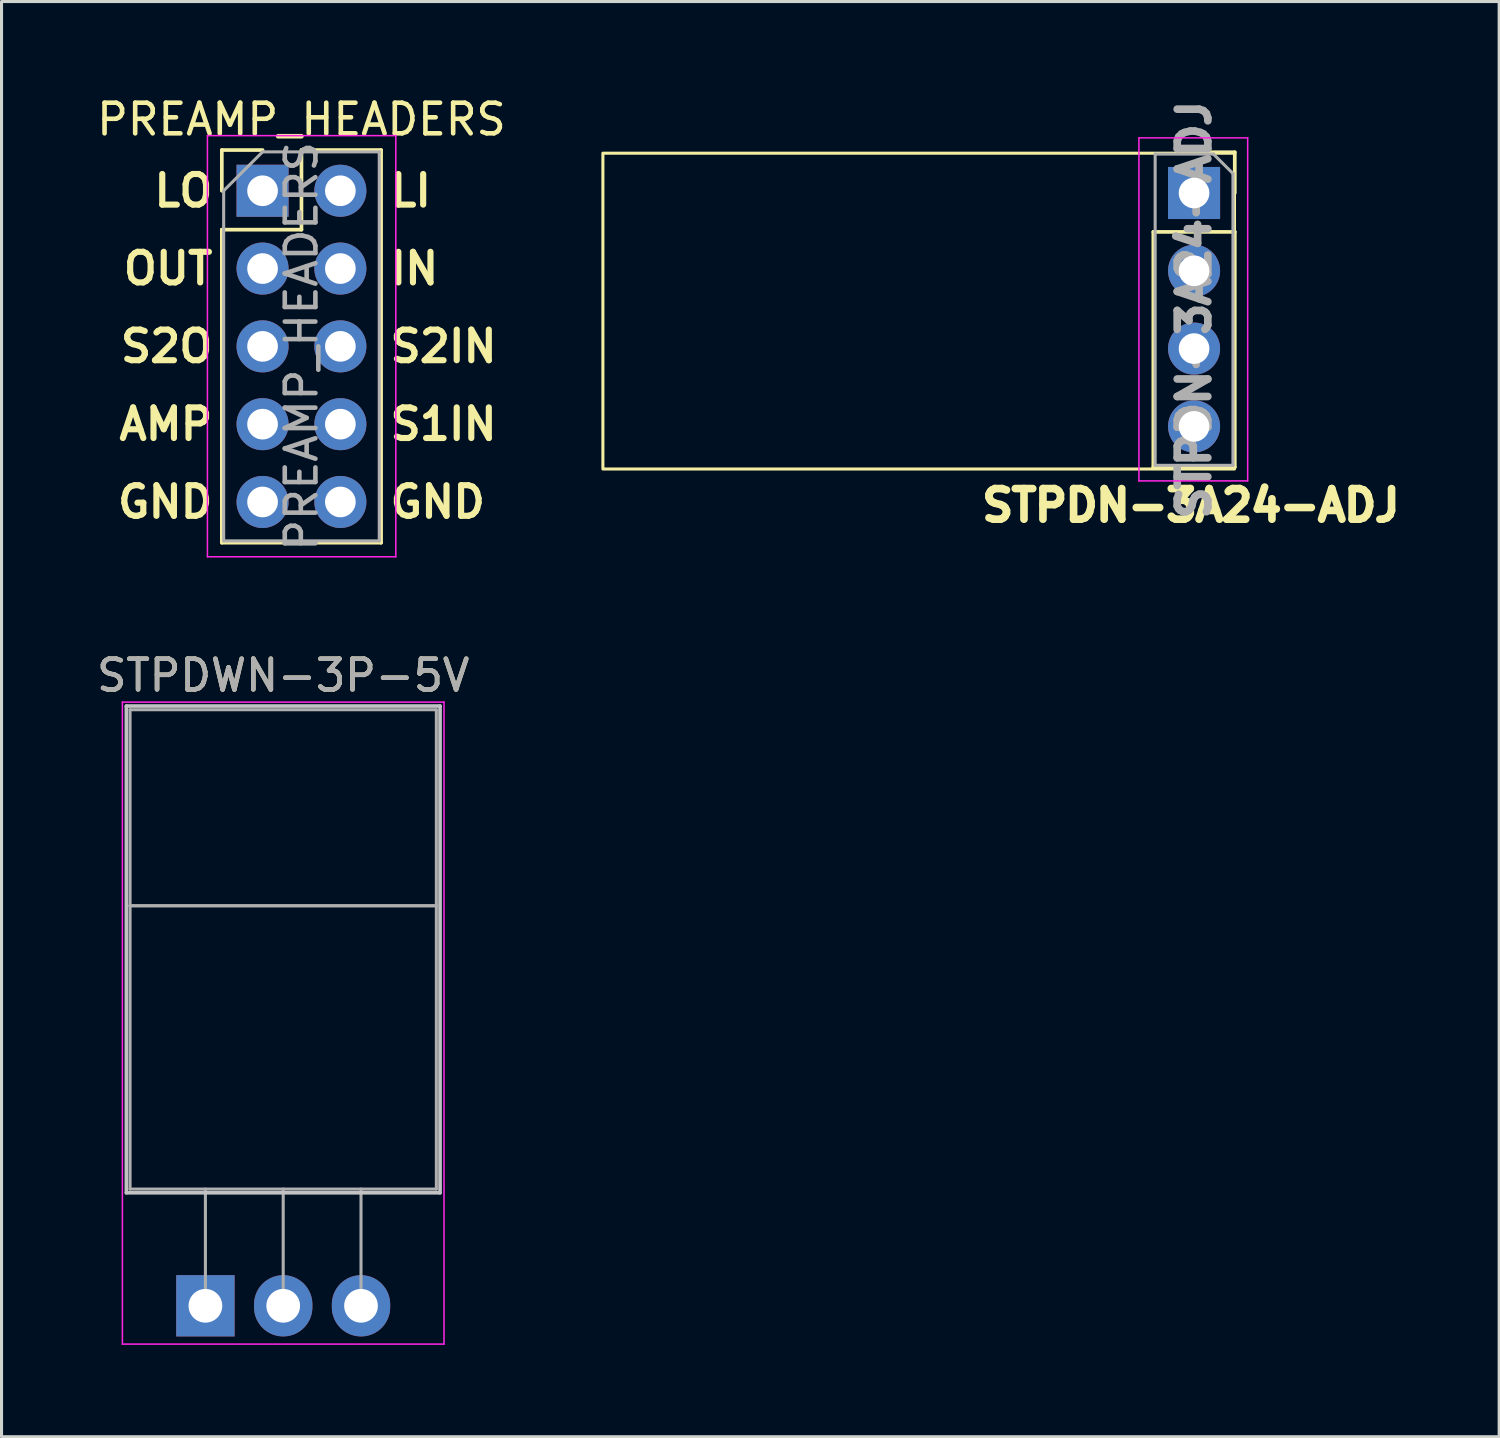
<source format=kicad_pcb>
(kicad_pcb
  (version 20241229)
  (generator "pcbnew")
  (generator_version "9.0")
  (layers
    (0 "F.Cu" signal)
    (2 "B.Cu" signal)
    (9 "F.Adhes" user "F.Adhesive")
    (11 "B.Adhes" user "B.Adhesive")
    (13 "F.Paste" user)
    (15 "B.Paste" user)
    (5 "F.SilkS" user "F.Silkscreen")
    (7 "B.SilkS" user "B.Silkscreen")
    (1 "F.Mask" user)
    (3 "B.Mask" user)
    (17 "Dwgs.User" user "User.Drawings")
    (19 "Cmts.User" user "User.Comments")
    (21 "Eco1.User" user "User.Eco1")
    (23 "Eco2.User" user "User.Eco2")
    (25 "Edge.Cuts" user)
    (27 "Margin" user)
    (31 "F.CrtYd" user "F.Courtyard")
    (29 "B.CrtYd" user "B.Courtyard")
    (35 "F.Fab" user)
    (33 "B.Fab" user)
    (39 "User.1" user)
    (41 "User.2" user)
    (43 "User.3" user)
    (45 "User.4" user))
  (footprint "PREAMP_HEADERS"
    (layer "F.Cu")
    (at 5.522 3.178)
    (property "Reference" "PREAMP_HEADERS" (at 1.27 -2.33 0) (layer "F.SilkS") (effects (font (size 1 1) (thickness 0.15))))
    (attr through_hole)
    (fp_line (start -1.33 -1.33) (end 0 -1.33) (stroke (width 0.12) (type solid)) (layer "F.SilkS"))
    (fp_line (start -1.33 0) (end -1.33 -1.33) (stroke (width 0.12) (type solid)) (layer "F.SilkS"))
    (fp_line (start -1.33 1.27) (end -1.33 11.49) (stroke (width 0.12) (type solid)) (layer "F.SilkS"))
    (fp_line (start -1.33 1.27) (end 1.27 1.27) (stroke (width 0.12) (type solid)) (layer "F.SilkS"))
    (fp_line (start -1.33 11.49) (end 3.87 11.49) (stroke (width 0.12) (type solid)) (layer "F.SilkS"))
    (fp_line (start 1.27 -1.33) (end 3.87 -1.33) (stroke (width 0.12) (type solid)) (layer "F.SilkS"))
    (fp_line (start 1.27 1.27) (end 1.27 -1.33) (stroke (width 0.12) (type solid)) (layer "F.SilkS"))
    (fp_line (start 3.87 -1.33) (end 3.87 11.49) (stroke (width 0.12) (type solid)) (layer "F.SilkS"))
    (fp_line (start -1.8 -1.8) (end -1.8 11.95) (stroke (width 0.05) (type solid)) (layer "F.CrtYd"))
    (fp_line (start -1.8 11.95) (end 4.35 11.95) (stroke (width 0.05) (type solid)) (layer "F.CrtYd"))
    (fp_line (start 4.35 -1.8) (end -1.8 -1.8) (stroke (width 0.05) (type solid)) (layer "F.CrtYd"))
    (fp_line (start 4.35 11.95) (end 4.35 -1.8) (stroke (width 0.05) (type solid)) (layer "F.CrtYd"))
    (fp_line (start -1.27 0) (end 0 -1.27) (stroke (width 0.1) (type solid)) (layer "F.Fab"))
    (fp_line (start -1.27 11.43) (end -1.27 0) (stroke (width 0.1) (type solid)) (layer "F.Fab"))
    (fp_line (start 0 -1.27) (end 3.81 -1.27) (stroke (width 0.1) (type solid)) (layer "F.Fab"))
    (fp_line (start 3.81 -1.27) (end 3.81 11.43) (stroke (width 0.1) (type solid)) (layer "F.Fab"))
    (fp_line (start 3.81 11.43) (end -1.27 11.43) (stroke (width 0.1) (type solid)) (layer "F.Fab"))
    (fp_text user "GND" (at 4.064 10.16 0) (unlocked yes) (layer "F.SilkS") (effects (font (size 1 1) (thickness 0.2) (bold yes)) (justify left)))
    (fp_text user "LI" (at 4.064 0 0) (unlocked yes) (layer "F.SilkS") (effects (font (size 1 1) (thickness 0.2) (bold yes)) (justify left)))
    (fp_text user "LO" (at -1.524 0 0) (unlocked yes) (layer "F.SilkS") (effects (font (size 1 1) (thickness 0.2) (bold yes)) (justify right)))
    (fp_text user "IN" (at 4.064 2.54 0) (unlocked yes) (layer "F.SilkS") (effects (font (size 1 1) (thickness 0.2) (bold yes)) (justify left)))
    (fp_text user "S1IN" (at 4.064 7.62 0) (unlocked yes) (layer "F.SilkS") (effects (font (size 1 1) (thickness 0.2) (bold yes)) (justify left)))
    (fp_text user "OUT" (at -1.524 2.54 0) (unlocked yes) (layer "F.SilkS") (effects (font (size 1 1) (thickness 0.2) (bold yes)) (justify right)))
    (fp_text user "S2IN" (at 4.064 5.08 0) (unlocked yes) (layer "F.SilkS") (effects (font (size 1 1) (thickness 0.2) (bold yes)) (justify left)))
    (fp_text user "AMP" (at -1.524 7.62 0) (unlocked yes) (layer "F.SilkS") (effects (font (size 1 1) (thickness 0.2) (bold yes)) (justify right)))
    (fp_text user "S2O" (at -1.524 5.08 0) (unlocked yes) (layer "F.SilkS") (effects (font (size 1 1) (thickness 0.2) (bold yes)) (justify right)))
    (fp_text user "GND" (at -1.524 10.16 0) (unlocked yes) (layer "F.SilkS") (effects (font (size 1 1) (thickness 0.2) (bold yes)) (justify right)))
    (fp_text user "${REFERENCE}" (at 1.27 5.08 90) (layer "F.Fab") (effects (font (size 1 1) (thickness 0.15))))
    (pad "1" thru_hole rect (at 0 0) (size 1.7 1.7) (drill 1) (layers "*.Cu" "*.Mask"))
    (pad "2" thru_hole oval (at 2.54 0) (size 1.7 1.7) (drill 1) (layers "*.Cu" "*.Mask"))
    (pad "3" thru_hole oval (at 0 2.54) (size 1.7 1.7) (drill 1) (layers "*.Cu" "*.Mask"))
    (pad "4" thru_hole oval (at 2.54 2.54) (size 1.7 1.7) (drill 1) (layers "*.Cu" "*.Mask"))
    (pad "5" thru_hole oval (at 0 5.08) (size 1.7 1.7) (drill 1) (layers "*.Cu" "*.Mask"))
    (pad "6" thru_hole oval (at 2.54 5.08) (size 1.7 1.7) (drill 1) (layers "*.Cu" "*.Mask"))
    (pad "7" thru_hole oval (at 0 7.62) (size 1.7 1.7) (drill 1) (layers "*.Cu" "*.Mask"))
    (pad "8" thru_hole oval (at 2.54 7.62) (size 1.7 1.7) (drill 1) (layers "*.Cu" "*.Mask"))
    (pad "9" thru_hole oval (at 0 10.16) (size 1.7 1.7) (drill 1) (layers "*.Cu" "*.Mask"))
    (pad "10" thru_hole oval (at 2.54 10.16) (size 1.7 1.7) (drill 1) (layers "*.Cu" "*.Mask")))
  (footprint "STPDWN-3P-5V"
    (layer "F.Cu")
    (at 3.656 39.581)
    (property "Reference" "STPDWN-3P-5V" (at 2.54 -20.58 0) (layer "F.SilkS") (effects (font (size 1 1) (thickness 0.15))))
    (attr through_hole)
    (fp_line (start -2.58 -19.58) (end -2.58 -3.69) (stroke (width 0.12) (type solid)) (layer "Dwgs.User"))
    (fp_line (start -2.58 -19.58) (end 7.66 -19.58) (stroke (width 0.12) (type solid)) (layer "Dwgs.User"))
    (fp_line (start -2.58 -3.69) (end 7.66 -3.69) (stroke (width 0.12) (type solid)) (layer "Dwgs.User"))
    (fp_line (start 7.66 -19.58) (end 7.66 -3.69) (stroke (width 0.12) (type solid)) (layer "Dwgs.User"))
    (fp_line (start -2.71 -19.71) (end -2.71 1.25) (stroke (width 0.05) (type solid)) (layer "F.CrtYd"))
    (fp_line (start -2.71 1.25) (end 7.79 1.25) (stroke (width 0.05) (type solid)) (layer "F.CrtYd"))
    (fp_line (start 7.79 -19.71) (end -2.71 -19.71) (stroke (width 0.05) (type solid)) (layer "F.CrtYd"))
    (fp_line (start 7.79 1.25) (end 7.79 -19.71) (stroke (width 0.05) (type solid)) (layer "F.CrtYd"))
    (fp_line (start -2.46 -19.46) (end 7.54 -19.46) (stroke (width 0.1) (type solid)) (layer "F.Fab"))
    (fp_line (start -2.46 -13.06) (end -2.46 -19.46) (stroke (width 0.1) (type solid)) (layer "F.Fab"))
    (fp_line (start -2.46 -13.06) (end 7.54 -13.06) (stroke (width 0.1) (type solid)) (layer "F.Fab"))
    (fp_line (start -2.46 -3.81) (end -2.46 -13.06) (stroke (width 0.1) (type solid)) (layer "F.Fab"))
    (fp_line (start 0 -3.81) (end 0 0) (stroke (width 0.1) (type solid)) (layer "F.Fab"))
    (fp_line (start 2.54 -3.81) (end 2.54 0) (stroke (width 0.1) (type solid)) (layer "F.Fab"))
    (fp_line (start 5.08 -3.81) (end 5.08 0) (stroke (width 0.1) (type solid)) (layer "F.Fab"))
    (fp_line (start 7.54 -19.46) (end 7.54 -13.06) (stroke (width 0.1) (type solid)) (layer "F.Fab"))
    (fp_line (start 7.54 -13.06) (end -2.46 -13.06) (stroke (width 0.1) (type solid)) (layer "F.Fab"))
    (fp_line (start 7.54 -13.06) (end 7.54 -3.81) (stroke (width 0.1) (type solid)) (layer "F.Fab"))
    (fp_line (start 7.54 -3.81) (end -2.46 -3.81) (stroke (width 0.1) (type solid)) (layer "F.Fab"))
    (fp_text user "${REFERENCE}" (at 2.54 -20.58 0) (layer "F.Fab") (effects (font (size 1 1) (thickness 0.15))))
    (pad "1" thru_hole rect (at 0 0) (size 1.905 2) (drill 1.1) (layers "*.Cu" "*.Mask"))
    (pad "2" thru_hole oval (at 2.54 0) (size 1.905 2) (drill 1.1) (layers "*.Cu" "*.Mask"))
    (pad "3" thru_hole oval (at 5.08 0) (size 1.905 2) (drill 1.1) (layers "*.Cu" "*.Mask")))
  (footprint "STPDN-3A24-ADJ"
    (layer "F.Cu")
    (at 35.933 3.251)
    (property "Reference" "STPDN-3A24-ADJ" (at -0.1 10.2 180) (layer "F.SilkS") (effects (font (size 1 1) (thickness 0.25))))
    (attr through_hole)
    (fp_line (start -1.33 1.27) (end -1.33 8.95) (stroke (width 0.12) (type solid)) (layer "F.SilkS"))
    (fp_line (start -1.33 1.27) (end 1.33 1.27) (stroke (width 0.12) (type solid)) (layer "F.SilkS"))
    (fp_line (start -1.33 8.95) (end 1.33 8.95) (stroke (width 0.12) (type solid)) (layer "F.SilkS"))
    (fp_line (start 0 -1.33) (end 1.33 -1.33) (stroke (width 0.12) (type solid)) (layer "F.SilkS"))
    (fp_line (start 1.33 -1.33) (end 1.33 0) (stroke (width 0.12) (type solid)) (layer "F.SilkS"))
    (fp_line (start 1.33 1.27) (end 1.33 8.95) (stroke (width 0.12) (type solid)) (layer "F.SilkS"))
    (fp_rect (start -19.3 -1.3) (end 1.32 9.01) (stroke (width 0.1) (type default)) (fill no) (layer "F.SilkS"))
    (fp_line (start -1.8 -1.8) (end 1.75 -1.8) (stroke (width 0.05) (type solid)) (layer "F.CrtYd"))
    (fp_line (start -1.8 9.4) (end -1.8 -1.8) (stroke (width 0.05) (type solid)) (layer "F.CrtYd"))
    (fp_line (start 1.75 -1.8) (end 1.75 9.4) (stroke (width 0.05) (type solid)) (layer "F.CrtYd"))
    (fp_line (start 1.75 9.4) (end -1.8 9.4) (stroke (width 0.05) (type solid)) (layer "F.CrtYd"))
    (fp_line (start -1.27 -1.27) (end 0.635 -1.27) (stroke (width 0.1) (type solid)) (layer "F.Fab"))
    (fp_line (start -1.27 8.89) (end -1.27 -1.27) (stroke (width 0.1) (type solid)) (layer "F.Fab"))
    (fp_line (start 0.635 -1.27) (end 1.27 -0.635) (stroke (width 0.1) (type solid)) (layer "F.Fab"))
    (fp_line (start 1.27 -0.635) (end 1.27 8.89) (stroke (width 0.1) (type solid)) (layer "F.Fab"))
    (fp_line (start 1.27 8.89) (end -1.27 8.89) (stroke (width 0.1) (type solid)) (layer "F.Fab"))
    (fp_text user "${REFERENCE}" (at 0 3.81 90) (layer "F.Fab") (effects (font (size 1 1) (thickness 0.25))))
    (pad "1" thru_hole rect (at 0 0) (size 1.7 1.7) (drill 1) (layers "*.Cu" "*.Mask"))
    (pad "2" thru_hole oval (at 0 2.54) (size 1.7 1.7) (drill 1) (layers "*.Cu" "*.Mask"))
    (pad "3" thru_hole oval (at 0 5.08) (size 1.7 1.7) (drill 1) (layers "*.Cu" "*.Mask"))
    (pad "4" thru_hole oval (at 0 7.62) (size 1.7 1.7) (drill 1) (layers "*.Cu" "*.Mask")))
  (gr_rect
    (start -3 -3)
    (end 45.894 43.856)
    (stroke (width 0.1) (type default))
    (fill no)
    (layer "Edge.Cuts")))
</source>
